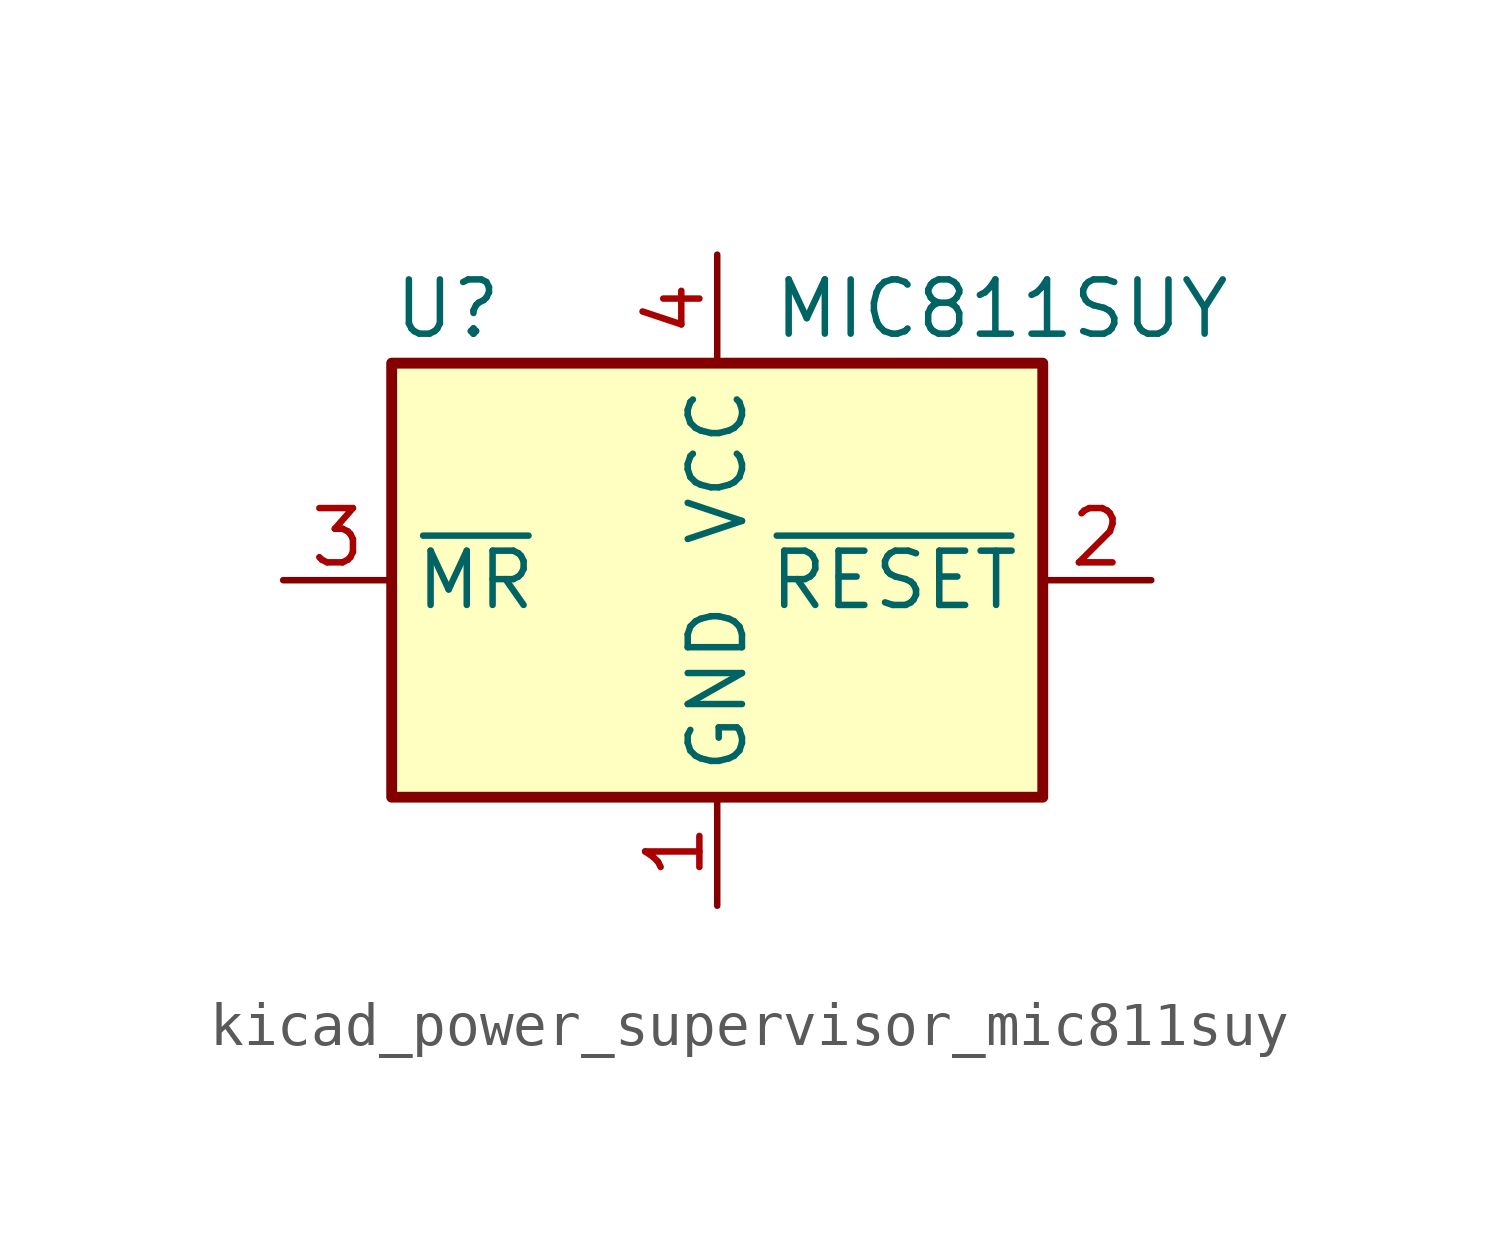
<source format=kicad_sym>
(kicad_symbol_lib
  (version 20220914)
  (generator kicad_symbol_editor)
  (symbol "kicad_power_supervisor_mic811suy"
    (property "Reference" "U"
      (at -7.62 6.35 0)
      (effects (font (size 1.27 1.27)) (justify left)))
    (property "Value" "MIC811SUY"
      (at 1.27 6.35 0)
      (effects (font (size 1.27 1.27)) (justify left)))
    (symbol "kicad_power_supervisor_mic811suy_0_1"
      (rectangle (start -7.62 5.08) (end 7.62 -5.08) (stroke (width 0.254) (type default)) (fill (type background))))
    (symbol "kicad_power_supervisor_mic811suy_1_1"
      (pin power_in line (at 0 -7.62 90) (length 2.54) (name "GND" (effects (font (size 1.27 1.27)))) (number "1" (effects (font (size 1.27 1.27)))))
      (pin output line (at 10.16 0 180) (length 2.54) (name "~{RESET}" (effects (font (size 1.27 1.27)))) (number "2" (effects (font (size 1.27 1.27)))))
      (pin input line (at -10.16 0 0) (length 2.54) (name "~{MR}" (effects (font (size 1.27 1.27)))) (number "3" (effects (font (size 1.27 1.27)))))
      (pin power_in line (at 0 7.62 270) (length 2.54) (name "VCC" (effects (font (size 1.27 1.27)))) (number "4" (effects (font (size 1.27 1.27))))))))
</source>
